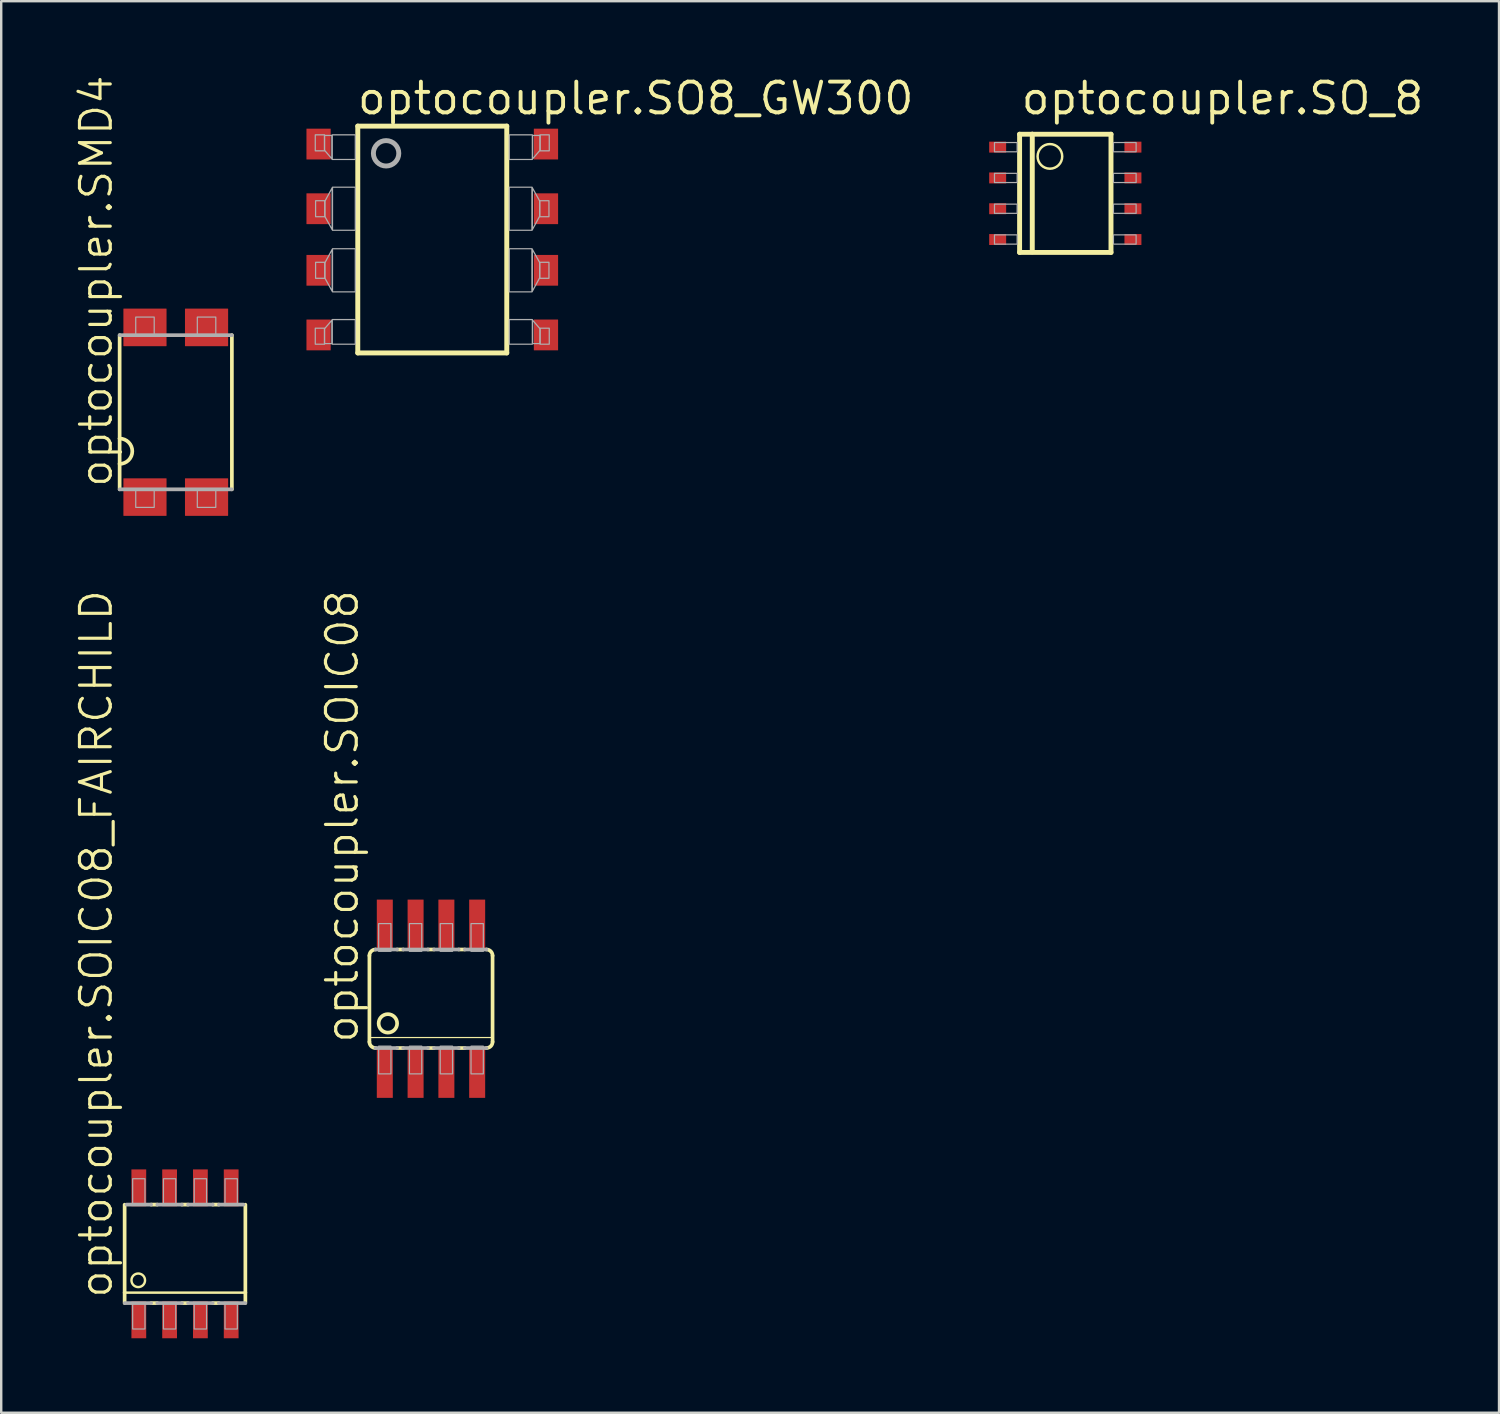
<source format=kicad_pcb>
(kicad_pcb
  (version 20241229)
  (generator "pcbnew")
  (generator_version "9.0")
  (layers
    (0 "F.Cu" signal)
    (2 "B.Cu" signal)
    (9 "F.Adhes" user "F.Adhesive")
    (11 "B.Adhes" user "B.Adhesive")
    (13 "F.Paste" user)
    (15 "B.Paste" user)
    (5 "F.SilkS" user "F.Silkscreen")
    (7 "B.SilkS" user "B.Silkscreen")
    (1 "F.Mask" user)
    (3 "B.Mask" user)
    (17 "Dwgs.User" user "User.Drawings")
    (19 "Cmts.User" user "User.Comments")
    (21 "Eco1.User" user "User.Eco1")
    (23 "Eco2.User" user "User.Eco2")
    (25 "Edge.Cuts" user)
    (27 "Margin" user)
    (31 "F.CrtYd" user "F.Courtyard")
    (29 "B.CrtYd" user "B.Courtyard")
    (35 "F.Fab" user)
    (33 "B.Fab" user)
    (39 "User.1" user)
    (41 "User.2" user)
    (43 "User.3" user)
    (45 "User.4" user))
  (footprint "optocoupler.SOIC08"
    (layer "F.Cu")
    (at 14.728 38.148)
    (property "Reference" "optocoupler.SOIC08" (at -2.921 1.905 90) (layer "F.SilkS") (effects (font (size 1.27 1.27) (thickness 0.13)) (justify left bottom)))
    (attr smd)
    (fp_line (start -2.54 -1.778) (end -2.54 1.778) (stroke (width 0.152) (type default)) (layer "F.SilkS"))
    (fp_line (start -2.54 1.6) (end 2.54 1.6) (stroke (width 0.051) (type default)) (layer "F.SilkS"))
    (fp_line (start -1.397 -2.032) (end -1.143 -2.032) (stroke (width 0.152) (type default)) (layer "F.SilkS"))
    (fp_line (start -1.397 2.032) (end -1.143 2.032) (stroke (width 0.152) (type default)) (layer "F.SilkS"))
    (fp_line (start -0.127 -2.032) (end 0.127 -2.032) (stroke (width 0.152) (type default)) (layer "F.SilkS"))
    (fp_line (start -0.127 2.032) (end 0.127 2.032) (stroke (width 0.152) (type default)) (layer "F.SilkS"))
    (fp_line (start 1.143 -2.032) (end 1.397 -2.032) (stroke (width 0.152) (type default)) (layer "F.SilkS"))
    (fp_line (start 1.143 2.032) (end 1.397 2.032) (stroke (width 0.152) (type default)) (layer "F.SilkS"))
    (fp_line (start 2.54 -1.778) (end 2.54 1.778) (stroke (width 0.152) (type default)) (layer "F.SilkS"))
    (fp_arc (start -2.54 -1.778) (mid -2.465605 -1.957605) (end -2.286 -2.032) (stroke (width 0.1524) (type default)) (layer "F.SilkS"))
    (fp_arc (start -2.286 2.032) (mid -2.465605 1.957605) (end -2.54 1.778) (stroke (width 0.1524) (type default)) (layer "F.SilkS"))
    (fp_arc (start 2.286 -2.032) (mid 2.465605 -1.957605) (end 2.54 -1.778) (stroke (width 0.1524) (type default)) (layer "F.SilkS"))
    (fp_arc (start 2.54 1.778) (mid 2.465605 1.957605) (end 2.286 2.032) (stroke (width 0.1524) (type default)) (layer "F.SilkS"))
    (fp_circle (center -1.778 1.016) (end -1.397 1.016) (stroke (width 0.152) (type default)) (fill no) (layer "F.SilkS"))
    (fp_line (start -2.286 -2.032) (end -1.397 -2.032) (stroke (width 0.152) (type default)) (layer "F.Fab"))
    (fp_line (start -2.286 2.032) (end -1.397 2.032) (stroke (width 0.152) (type default)) (layer "F.Fab"))
    (fp_line (start -1.143 -2.032) (end -0.127 -2.032) (stroke (width 0.152) (type default)) (layer "F.Fab"))
    (fp_line (start -1.143 2.032) (end -0.127 2.032) (stroke (width 0.152) (type default)) (layer "F.Fab"))
    (fp_line (start 0.127 -2.032) (end 1.143 -2.032) (stroke (width 0.152) (type default)) (layer "F.Fab"))
    (fp_line (start 0.127 2.032) (end 1.143 2.032) (stroke (width 0.152) (type default)) (layer "F.Fab"))
    (fp_line (start 1.397 -2.032) (end 2.286 -2.032) (stroke (width 0.152) (type default)) (layer "F.Fab"))
    (fp_line (start 1.397 2.032) (end 2.286 2.032) (stroke (width 0.152) (type default)) (layer "F.Fab"))
    (fp_rect (start -2.159 -1.956) (end -1.651 -3.099) (stroke (width 0.05) (type default)) (fill no) (layer "F.Fab"))
    (fp_rect (start -2.159 3.099) (end -1.651 1.956) (stroke (width 0.05) (type default)) (fill no) (layer "F.Fab"))
    (fp_rect (start -0.889 -1.956) (end -0.381 -3.099) (stroke (width 0.05) (type default)) (fill no) (layer "F.Fab"))
    (fp_rect (start -0.889 3.099) (end -0.381 1.956) (stroke (width 0.05) (type default)) (fill no) (layer "F.Fab"))
    (fp_rect (start 0.381 -1.956) (end 0.889 -3.099) (stroke (width 0.05) (type default)) (fill no) (layer "F.Fab"))
    (fp_rect (start 0.381 3.099) (end 0.889 1.956) (stroke (width 0.05) (type default)) (fill no) (layer "F.Fab"))
    (fp_rect (start 1.651 -1.956) (end 2.159 -3.099) (stroke (width 0.05) (type default)) (fill no) (layer "F.Fab"))
    (fp_rect (start 1.651 3.099) (end 2.159 1.956) (stroke (width 0.05) (type default)) (fill no) (layer "F.Fab"))
    (pad "1" smd roundrect (at -1.905 3.073) (size 0.66 2.032) (layers "F.Cu" "F.Mask" "F.Paste") (roundrect_rratio 0.01))
    (pad "2" smd roundrect (at -0.635 3.073) (size 0.66 2.032) (layers "F.Cu" "F.Mask" "F.Paste") (roundrect_rratio 0.01))
    (pad "3" smd roundrect (at 0.635 3.073) (size 0.66 2.032) (layers "F.Cu" "F.Mask" "F.Paste") (roundrect_rratio 0.01))
    (pad "4" smd roundrect (at 1.905 3.073) (size 0.66 2.032) (layers "F.Cu" "F.Mask" "F.Paste") (roundrect_rratio 0.01))
    (pad "5" smd roundrect (at 1.905 -3.073) (size 0.66 2.032) (layers "F.Cu" "F.Mask" "F.Paste") (roundrect_rratio 0.01))
    (pad "6" smd roundrect (at 0.635 -3.073) (size 0.66 2.032) (layers "F.Cu" "F.Mask" "F.Paste") (roundrect_rratio 0.01))
    (pad "7" smd roundrect (at -0.635 -3.073) (size 0.66 2.032) (layers "F.Cu" "F.Mask" "F.Paste") (roundrect_rratio 0.01))
    (pad "8" smd roundrect (at -1.905 -3.073) (size 0.66 2.032) (layers "F.Cu" "F.Mask" "F.Paste") (roundrect_rratio 0.01)))
  (footprint "optocoupler.SO_8"
    (layer "F.Cu")
    (at 40.893 4.925)
    (property "Reference" "optocoupler.SO_8" (at -1.905 -3.175 0) (layer "F.SilkS") (effects (font (size 1.27 1.27) (thickness 0.16)) (justify left bottom)))
    (attr smd)
    (fp_line (start -1.885 -2.438) (end -1.885 2.438) (stroke (width 0.203) (type default)) (layer "F.SilkS"))
    (fp_line (start -1.885 2.438) (end 1.885 2.438) (stroke (width 0.203) (type default)) (layer "F.SilkS"))
    (fp_line (start -1.362 -2.438) (end -1.885 -2.438) (stroke (width 0.203) (type default)) (layer "F.SilkS"))
    (fp_line (start -1.362 -2.438) (end -1.362 2.413) (stroke (width 0.203) (type default)) (layer "F.SilkS"))
    (fp_line (start 1.885 -2.438) (end -1.362 -2.438) (stroke (width 0.203) (type default)) (layer "F.SilkS"))
    (fp_line (start 1.885 2.438) (end 1.885 -2.438) (stroke (width 0.203) (type default)) (layer "F.SilkS"))
    (fp_circle (center -0.635 -1.524) (end -0.127 -1.524) (stroke (width 0.102) (type default)) (fill no) (layer "F.SilkS"))
    (fp_rect (start -2.921 -1.714) (end -1.986 -2.095) (stroke (width 0.05) (type default)) (fill no) (layer "F.Fab"))
    (fp_rect (start -2.921 -0.445) (end -1.986 -0.826) (stroke (width 0.05) (type default)) (fill no) (layer "F.Fab"))
    (fp_rect (start -2.921 0.826) (end -1.986 0.445) (stroke (width 0.05) (type default)) (fill no) (layer "F.Fab"))
    (fp_rect (start -2.921 2.095) (end -1.986 1.714) (stroke (width 0.05) (type default)) (fill no) (layer "F.Fab"))
    (fp_rect (start 1.986 -1.714) (end 2.921 -2.095) (stroke (width 0.05) (type default)) (fill no) (layer "F.Fab"))
    (fp_rect (start 1.986 -0.445) (end 2.921 -0.826) (stroke (width 0.05) (type default)) (fill no) (layer "F.Fab"))
    (fp_rect (start 1.986 0.826) (end 2.921 0.445) (stroke (width 0.05) (type default)) (fill no) (layer "F.Fab"))
    (fp_rect (start 1.986 2.095) (end 2.921 1.714) (stroke (width 0.05) (type default)) (fill no) (layer "F.Fab"))
    (pad "1" smd roundrect (at -2.79 -1.905) (size 0.7 0.45) (layers "F.Cu" "F.Mask" "F.Paste") (roundrect_rratio 0.01))
    (pad "2" smd roundrect (at -2.79 -0.635) (size 0.7 0.45) (layers "F.Cu" "F.Mask" "F.Paste") (roundrect_rratio 0.01))
    (pad "3" smd roundrect (at -2.79 0.635) (size 0.7 0.45) (layers "F.Cu" "F.Mask" "F.Paste") (roundrect_rratio 0.01))
    (pad "4" smd roundrect (at -2.79 1.905) (size 0.7 0.45) (layers "F.Cu" "F.Mask" "F.Paste") (roundrect_rratio 0.01))
    (pad "5" smd roundrect (at 2.79 1.905) (size 0.7 0.45) (layers "F.Cu" "F.Mask" "F.Paste") (roundrect_rratio 0.01))
    (pad "6" smd roundrect (at 2.79 0.635) (size 0.7 0.45) (layers "F.Cu" "F.Mask" "F.Paste") (roundrect_rratio 0.01))
    (pad "7" smd roundrect (at 2.79 -0.635) (size 0.7 0.45) (layers "F.Cu" "F.Mask" "F.Paste") (roundrect_rratio 0.01))
    (pad "8" smd roundrect (at 2.79 -1.905) (size 0.7 0.45) (layers "F.Cu" "F.Mask" "F.Paste") (roundrect_rratio 0.01)))
  (footprint "optocoupler.SMD4"
    (layer "F.Cu")
    (at 4.2 13.955)
    (property "Reference" "optocoupler.SMD4" (at -2.54 3.175 90) (layer "F.SilkS") (effects (font (size 1.27 1.27) (thickness 0.13)) (justify left bottom)))
    (attr smd)
    (fp_line (start -2.315 1.085) (end -2.315 -3.18) (stroke (width 0.152) (type default)) (layer "F.SilkS"))
    (fp_line (start -2.315 2.13) (end -2.315 1.085) (stroke (width 0.152) (type default)) (layer "F.SilkS"))
    (fp_line (start -2.315 3.18) (end -2.315 2.13) (stroke (width 0.152) (type default)) (layer "F.SilkS"))
    (fp_line (start 2.315 -3.18) (end 2.315 3.18) (stroke (width 0.152) (type default)) (layer "F.SilkS"))
    (fp_arc (start -2.315 1.085) (mid -1.7925 1.6075) (end -2.315 2.13) (stroke (width 0.1524) (type default)) (layer "F.SilkS"))
    (fp_line (start -2.315 -3.18) (end 2.315 -3.18) (stroke (width 0.152) (type default)) (layer "F.Fab"))
    (fp_line (start 2.315 3.18) (end -2.315 3.18) (stroke (width 0.152) (type default)) (layer "F.Fab"))
    (fp_rect (start -1.651 -3.2) (end -0.889 -3.925) (stroke (width 0.05) (type default)) (fill no) (layer "F.Fab"))
    (fp_rect (start -1.651 3.925) (end -0.889 3.2) (stroke (width 0.05) (type default)) (fill no) (layer "F.Fab"))
    (fp_rect (start 0.889 -3.2) (end 1.651 -3.925) (stroke (width 0.05) (type default)) (fill no) (layer "F.Fab"))
    (fp_rect (start 0.889 3.925) (end 1.651 3.2) (stroke (width 0.05) (type default)) (fill no) (layer "F.Fab"))
    (pad "1" smd roundrect (at -1.27 3.5) (size 1.78 1.55) (layers "F.Cu" "F.Mask" "F.Paste") (roundrect_rratio 0.01))
    (pad "2" smd roundrect (at 1.27 3.5) (size 1.78 1.55) (layers "F.Cu" "F.Mask" "F.Paste") (roundrect_rratio 0.01))
    (pad "3" smd roundrect (at 1.27 -3.5 180) (size 1.78 1.55) (layers "F.Cu" "F.Mask" "F.Paste") (roundrect_rratio 0.01))
    (pad "4" smd roundrect (at -1.27 -3.5 180) (size 1.78 1.55) (layers "F.Cu" "F.Mask" "F.Paste") (roundrect_rratio 0.01)))
  (footprint "optocoupler.SOIC08_FAIRCHILD"
    (layer "F.Cu")
    (at 4.581 48.671)
    (property "Reference" "optocoupler.SOIC08_FAIRCHILD" (at -2.921 1.905 90) (layer "F.SilkS") (effects (font (size 1.27 1.27) (thickness 0.13)) (justify left bottom)))
    (attr smd)
    (fp_rect (start -2.261 -1.905) (end -1.549 -3.531) (stroke (width 0.05) (type default)) (fill yes) (layer "F.Mask"))
    (fp_rect (start -2.261 3.531) (end -1.549 1.905) (stroke (width 0.05) (type default)) (fill yes) (layer "F.Mask"))
    (fp_rect (start -0.991 -1.905) (end -0.279 -3.531) (stroke (width 0.05) (type default)) (fill yes) (layer "F.Mask"))
    (fp_rect (start -0.991 3.531) (end -0.279 1.905) (stroke (width 0.05) (type default)) (fill yes) (layer "F.Mask"))
    (fp_rect (start 0.279 -1.905) (end 0.991 -3.531) (stroke (width 0.05) (type default)) (fill yes) (layer "F.Mask"))
    (fp_rect (start 0.279 3.531) (end 0.991 1.905) (stroke (width 0.05) (type default)) (fill yes) (layer "F.Mask"))
    (fp_rect (start 1.549 -1.905) (end 2.261 -3.531) (stroke (width 0.05) (type default)) (fill yes) (layer "F.Mask"))
    (fp_rect (start 1.549 3.531) (end 2.261 1.905) (stroke (width 0.05) (type default)) (fill yes) (layer "F.Mask"))
    (fp_line (start -2.49 -2.028) (end -2.49 1.6) (stroke (width 0.152) (type default)) (layer "F.SilkS"))
    (fp_line (start -2.49 1.6) (end -2.49 2.028) (stroke (width 0.152) (type default)) (layer "F.SilkS"))
    (fp_line (start -2.49 1.6) (end 2.49 1.6) (stroke (width 0.102) (type default)) (layer "F.SilkS"))
    (fp_line (start -1.397 -2.032) (end -1.143 -2.032) (stroke (width 0.152) (type default)) (layer "F.SilkS"))
    (fp_line (start -1.397 2.032) (end -1.143 2.032) (stroke (width 0.152) (type default)) (layer "F.SilkS"))
    (fp_line (start -0.127 -2.032) (end 0.127 -2.032) (stroke (width 0.152) (type default)) (layer "F.SilkS"))
    (fp_line (start -0.127 2.032) (end 0.127 2.032) (stroke (width 0.152) (type default)) (layer "F.SilkS"))
    (fp_line (start 1.143 -2.032) (end 1.397 -2.032) (stroke (width 0.152) (type default)) (layer "F.SilkS"))
    (fp_line (start 1.143 2.032) (end 1.397 2.032) (stroke (width 0.152) (type default)) (layer "F.SilkS"))
    (fp_line (start 2.49 -2.028) (end 2.49 1.6) (stroke (width 0.152) (type default)) (layer "F.SilkS"))
    (fp_line (start 2.49 1.6) (end 2.49 2.028) (stroke (width 0.152) (type default)) (layer "F.SilkS"))
    (fp_circle (center -1.928 1.091) (end -1.648 1.091) (stroke (width 0.1) (type default)) (fill no) (layer "F.SilkS"))
    (fp_rect (start -2.159 -2.032) (end -1.651 -3.404) (stroke (width 0.05) (type default)) (fill yes) (layer "F.Paste"))
    (fp_rect (start -2.159 3.404) (end -1.651 2.032) (stroke (width 0.05) (type default)) (fill yes) (layer "F.Paste"))
    (fp_rect (start -0.889 -2.032) (end -0.381 -3.404) (stroke (width 0.05) (type default)) (fill yes) (layer "F.Paste"))
    (fp_rect (start -0.889 3.404) (end -0.381 2.032) (stroke (width 0.05) (type default)) (fill yes) (layer "F.Paste"))
    (fp_rect (start 0.381 -2.032) (end 0.889 -3.404) (stroke (width 0.05) (type default)) (fill yes) (layer "F.Paste"))
    (fp_rect (start 0.381 3.404) (end 0.889 2.032) (stroke (width 0.05) (type default)) (fill yes) (layer "F.Paste"))
    (fp_rect (start 1.651 -2.032) (end 2.159 -3.404) (stroke (width 0.05) (type default)) (fill yes) (layer "F.Paste"))
    (fp_rect (start 1.651 3.404) (end 2.159 2.032) (stroke (width 0.05) (type default)) (fill yes) (layer "F.Paste"))
    (fp_line (start -2.486 2.032) (end -1.397 2.032) (stroke (width 0.152) (type default)) (layer "F.Fab"))
    (fp_line (start -2.411 -2.032) (end -1.397 -2.032) (stroke (width 0.152) (type default)) (layer "F.Fab"))
    (fp_line (start -1.143 -2.032) (end -0.127 -2.032) (stroke (width 0.152) (type default)) (layer "F.Fab"))
    (fp_line (start -1.143 2.032) (end -0.127 2.032) (stroke (width 0.152) (type default)) (layer "F.Fab"))
    (fp_line (start 0.127 -2.032) (end 1.143 -2.032) (stroke (width 0.152) (type default)) (layer "F.Fab"))
    (fp_line (start 0.127 2.032) (end 1.143 2.032) (stroke (width 0.152) (type default)) (layer "F.Fab"))
    (fp_line (start 1.397 -2.032) (end 2.411 -2.032) (stroke (width 0.152) (type default)) (layer "F.Fab"))
    (fp_line (start 1.397 2.032) (end 2.486 2.032) (stroke (width 0.152) (type default)) (layer "F.Fab"))
    (fp_rect (start -2.159 -2.025) (end -1.651 -3.099) (stroke (width 0.05) (type default)) (fill no) (layer "F.Fab"))
    (fp_rect (start -2.159 3.099) (end -1.651 2.025) (stroke (width 0.05) (type default)) (fill no) (layer "F.Fab"))
    (fp_rect (start -0.889 -2.025) (end -0.381 -3.099) (stroke (width 0.05) (type default)) (fill no) (layer "F.Fab"))
    (fp_rect (start -0.889 3.099) (end -0.381 2.025) (stroke (width 0.05) (type default)) (fill no) (layer "F.Fab"))
    (fp_rect (start 0.381 -2.025) (end 0.889 -3.099) (stroke (width 0.05) (type default)) (fill no) (layer "F.Fab"))
    (fp_rect (start 0.381 3.099) (end 0.889 2.025) (stroke (width 0.05) (type default)) (fill no) (layer "F.Fab"))
    (fp_rect (start 1.651 -2.025) (end 2.159 -3.099) (stroke (width 0.05) (type default)) (fill no) (layer "F.Fab"))
    (fp_rect (start 1.651 3.099) (end 2.159 2.025) (stroke (width 0.05) (type default)) (fill no) (layer "F.Fab"))
    (pad "1" smd roundrect (at -1.905 2.723) (size 0.61 1.52) (layers "F.Cu" "F.Mask" "F.Paste") (roundrect_rratio 0.01))
    (pad "2" smd roundrect (at -0.635 2.723) (size 0.61 1.52) (layers "F.Cu" "F.Mask" "F.Paste") (roundrect_rratio 0.01))
    (pad "3" smd roundrect (at 0.635 2.723) (size 0.61 1.52) (layers "F.Cu" "F.Mask" "F.Paste") (roundrect_rratio 0.01))
    (pad "4" smd roundrect (at 1.905 2.723) (size 0.61 1.52) (layers "F.Cu" "F.Mask" "F.Paste") (roundrect_rratio 0.01))
    (pad "5" smd roundrect (at 1.905 -2.723) (size 0.61 1.52) (layers "F.Cu" "F.Mask" "F.Paste") (roundrect_rratio 0.01))
    (pad "6" smd roundrect (at 0.635 -2.723) (size 0.61 1.52) (layers "F.Cu" "F.Mask" "F.Paste") (roundrect_rratio 0.01))
    (pad "7" smd roundrect (at -0.635 -2.723) (size 0.61 1.52) (layers "F.Cu" "F.Mask" "F.Paste") (roundrect_rratio 0.01))
    (pad "8" smd roundrect (at -1.905 -2.723) (size 0.61 1.52) (layers "F.Cu" "F.Mask" "F.Paste") (roundrect_rratio 0.01)))
  (footprint "optocoupler.SO8_GW300"
    (layer "F.Cu")
    (at 14.781 6.83)
    (property "Reference" "optocoupler.SO8_GW300" (at -3.175 -5.08 0) (layer "F.SilkS") (effects (font (size 1.27 1.27) (thickness 0.16)) (justify left bottom)))
    (attr smd)
    (fp_line (start -3.073 -4.678) (end -3.073 4.678) (stroke (width 0.203) (type default)) (layer "F.SilkS"))
    (fp_line (start -3.073 4.678) (end 3.073 4.678) (stroke (width 0.203) (type default)) (layer "F.SilkS"))
    (fp_line (start 3.073 -4.678) (end -3.073 -4.678) (stroke (width 0.203) (type default)) (layer "F.SilkS"))
    (fp_line (start 3.073 4.678) (end 3.073 -4.678) (stroke (width 0.203) (type default)) (layer "F.SilkS"))
    (fp_rect (start -4.826 -3.658) (end -4.445 -4.318) (stroke (width 0.05) (type default)) (fill no) (layer "F.Fab"))
    (fp_rect (start -4.826 4.318) (end -4.445 3.658) (stroke (width 0.05) (type default)) (fill no) (layer "F.Fab"))
    (fp_rect (start -4.813 -0.94) (end -4.432 -1.6) (stroke (width 0.05) (type default)) (fill no) (layer "F.Fab"))
    (fp_rect (start -4.813 1.6) (end -4.432 0.94) (stroke (width 0.05) (type default)) (fill no) (layer "F.Fab"))
    (fp_rect (start -4.128 -3.302) (end -3.175 -4.318) (stroke (width 0.05) (type default)) (fill no) (layer "F.Fab"))
    (fp_rect (start -4.127 4.318) (end -3.175 3.302) (stroke (width 0.05) (type default)) (fill no) (layer "F.Fab"))
    (fp_rect (start -4.115 -0.381) (end -3.175 -2.159) (stroke (width 0.05) (type default)) (fill no) (layer "F.Fab"))
    (fp_rect (start -4.115 2.159) (end -3.175 0.381) (stroke (width 0.05) (type default)) (fill no) (layer "F.Fab"))
    (fp_rect (start 3.175 -3.302) (end 4.127 -4.318) (stroke (width 0.05) (type default)) (fill no) (layer "F.Fab"))
    (fp_rect (start 3.175 -0.381) (end 4.115 -2.159) (stroke (width 0.05) (type default)) (fill no) (layer "F.Fab"))
    (fp_rect (start 3.175 2.159) (end 4.115 0.381) (stroke (width 0.05) (type default)) (fill no) (layer "F.Fab"))
    (fp_rect (start 3.175 4.318) (end 4.127 3.302) (stroke (width 0.05) (type default)) (fill no) (layer "F.Fab"))
    (fp_rect (start 4.432 -0.94) (end 4.813 -1.6) (stroke (width 0.05) (type default)) (fill no) (layer "F.Fab"))
    (fp_rect (start 4.432 1.6) (end 4.813 0.94) (stroke (width 0.05) (type default)) (fill no) (layer "F.Fab"))
    (fp_rect (start 4.445 -3.658) (end 4.826 -4.318) (stroke (width 0.05) (type default)) (fill no) (layer "F.Fab"))
    (fp_rect (start 4.445 4.318) (end 4.826 3.658) (stroke (width 0.05) (type default)) (fill no) (layer "F.Fab"))
    (fp_circle (center -1.905 -3.556) (end -1.381 -3.556) (stroke (width 0.203) (type default)) (fill no) (layer "F.Fab"))
    (fp_poly (pts (xy -4.445 4.293) (xy -4.14 4.293) (xy -4.14 3.327) (xy -4.445 3.683)) (stroke (width 0.051) (type default)) (fill no) (layer "F.Fab"))
    (fp_poly (pts (xy -4.432 -1.575) (xy -4.128 -2.134) (xy -4.128 -0.406) (xy -4.432 -0.953)) (stroke (width 0.051) (type default)) (fill no) (layer "F.Fab"))
    (fp_poly (pts (xy -4.432 0.965) (xy -4.128 0.406) (xy -4.128 2.134) (xy -4.432 1.587)) (stroke (width 0.051) (type default)) (fill no) (layer "F.Fab"))
    (fp_poly (pts (xy 4.432 -0.965) (xy 4.128 -0.406) (xy 4.128 -2.134) (xy 4.432 -1.587)) (stroke (width 0.051) (type default)) (fill no) (layer "F.Fab"))
    (fp_poly (pts (xy 4.432 1.575) (xy 4.128 2.134) (xy 4.128 0.406) (xy 4.432 0.953)) (stroke (width 0.051) (type default)) (fill no) (layer "F.Fab"))
    (fp_poly (pts (xy 4.445 -4.293) (xy 4.14 -4.293) (xy 4.14 -3.327) (xy 4.445 -3.683)) (stroke (width 0.051) (type default)) (fill no) (layer "F.Fab"))
    (fp_poly (pts (xy -4.42 -4.293) (xy -4.14 -4.293) (xy -4.14 -3.327) (xy -4.445 -3.683) (xy -4.445 -4.293)) (stroke (width 0.051) (type default)) (fill no) (layer "F.Fab"))
    (fp_poly (pts (xy 4.42 4.293) (xy 4.14 4.293) (xy 4.14 3.327) (xy 4.445 3.683) (xy 4.445 4.293)) (stroke (width 0.051) (type default)) (fill no) (layer "F.Fab"))
    (pad "1" smd roundrect (at -4.69 -3.937) (size 1 1.27) (layers "F.Cu" "F.Mask" "F.Paste") (roundrect_rratio 0.01))
    (pad "2" smd roundrect (at -4.69 -1.27) (size 1 1.27) (layers "F.Cu" "F.Mask" "F.Paste") (roundrect_rratio 0.01))
    (pad "3" smd roundrect (at -4.69 1.27) (size 1 1.27) (layers "F.Cu" "F.Mask" "F.Paste") (roundrect_rratio 0.01))
    (pad "4" smd roundrect (at -4.69 3.937) (size 1 1.27) (layers "F.Cu" "F.Mask" "F.Paste") (roundrect_rratio 0.01))
    (pad "5" smd roundrect (at 4.69 3.937) (size 1 1.27) (layers "F.Cu" "F.Mask" "F.Paste") (roundrect_rratio 0.01))
    (pad "6" smd roundrect (at 4.69 1.27) (size 1 1.27) (layers "F.Cu" "F.Mask" "F.Paste") (roundrect_rratio 0.01))
    (pad "7" smd roundrect (at 4.69 -1.27) (size 1 1.27) (layers "F.Cu" "F.Mask" "F.Paste") (roundrect_rratio 0.01))
    (pad "8" smd roundrect (at 4.69 -3.937) (size 1 1.27) (layers "F.Cu" "F.Mask" "F.Paste") (roundrect_rratio 0.01)))
  (gr_rect
    (start -3 -3)
    (end 58.784 55.226)
    (stroke (width 0.1) (type default))
    (fill no)
    (layer "Edge.Cuts")))
</source>
